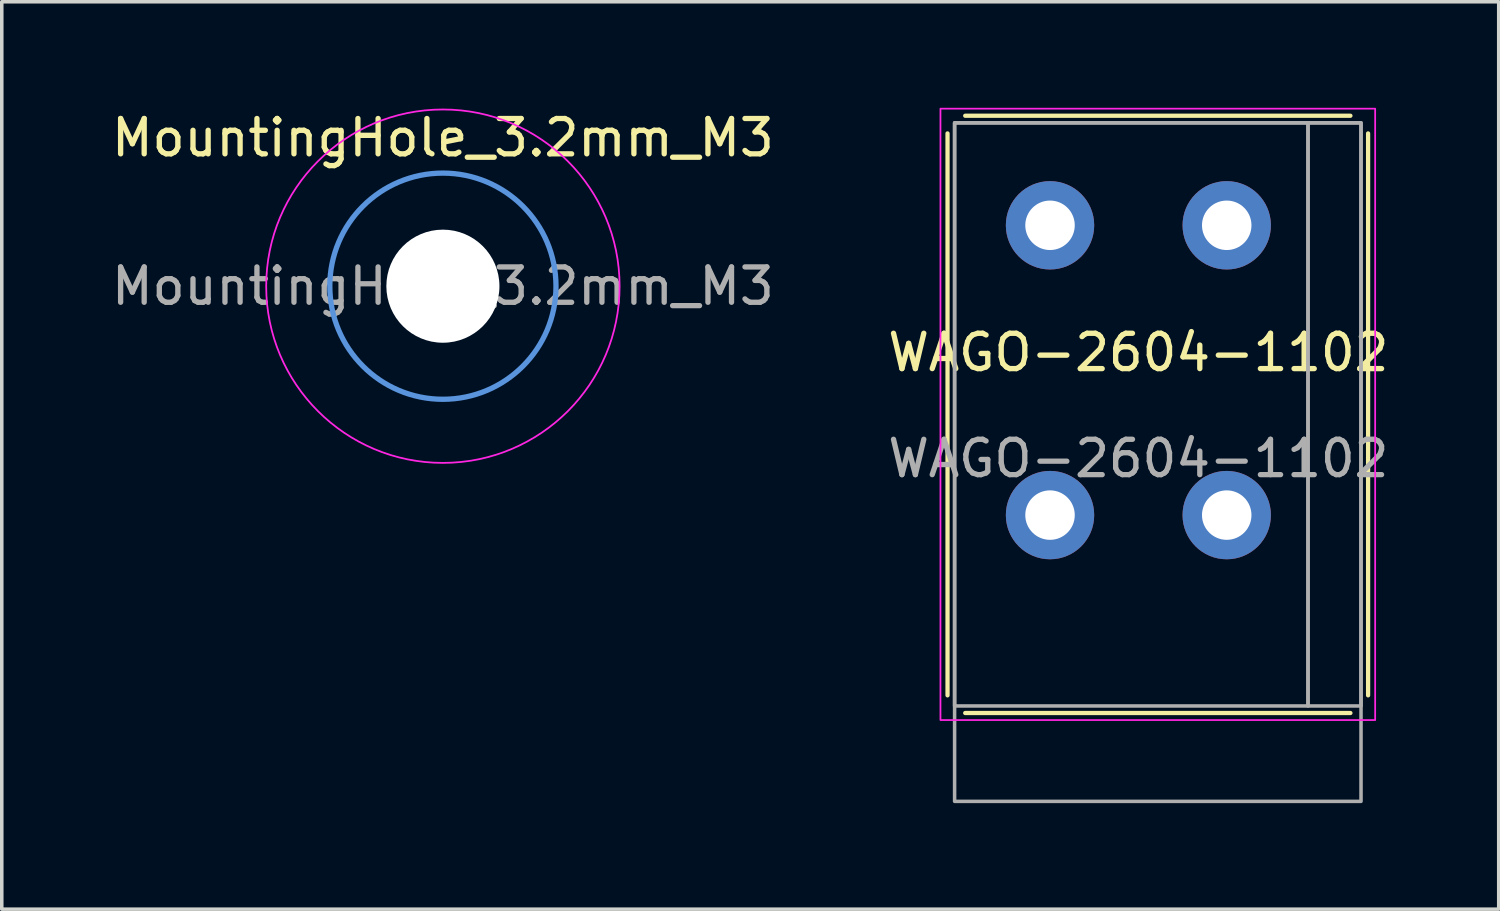
<source format=kicad_pcb>
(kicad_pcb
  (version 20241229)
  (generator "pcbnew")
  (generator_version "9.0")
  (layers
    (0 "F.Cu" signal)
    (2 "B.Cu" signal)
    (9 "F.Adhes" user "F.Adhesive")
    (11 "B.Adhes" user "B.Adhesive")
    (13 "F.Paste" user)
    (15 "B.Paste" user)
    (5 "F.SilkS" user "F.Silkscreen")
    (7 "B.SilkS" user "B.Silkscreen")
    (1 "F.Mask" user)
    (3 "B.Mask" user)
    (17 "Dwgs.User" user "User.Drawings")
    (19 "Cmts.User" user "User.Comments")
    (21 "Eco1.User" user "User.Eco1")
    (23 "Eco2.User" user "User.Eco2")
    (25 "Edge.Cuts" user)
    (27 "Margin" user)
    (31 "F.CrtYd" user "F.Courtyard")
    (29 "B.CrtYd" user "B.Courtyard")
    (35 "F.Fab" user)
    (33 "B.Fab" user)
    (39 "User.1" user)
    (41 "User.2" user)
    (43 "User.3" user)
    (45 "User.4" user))
  (footprint "WAGO-2604-1102"
    (layer "F.Cu")
    (at 29.161 7.425)
    (property "Reference" "WAGO-2604-1102" (at 0 -0.5 0) (unlocked yes) (layer "F.SilkS") (effects (font (size 1 1) (thickness 0.15))))
    (attr smd)
    (fp_line (start -5.4 9.2) (end -5.4 -6.7) (stroke (width 0.12) (type default)) (layer "F.SilkS"))
    (fp_line (start -4.9 -7.2) (end 6 -7.2) (stroke (width 0.12) (type default)) (layer "F.SilkS"))
    (fp_line (start -4.9 9.7) (end 6 9.7) (stroke (width 0.12) (type default)) (layer "F.SilkS"))
    (fp_line (start 6.5 -6.7) (end 6.5 9.2) (stroke (width 0.12) (type default)) (layer "F.SilkS"))
    (fp_rect (start -5.6 -7.4) (end 6.7 9.9) (stroke (width 0.05) (type default)) (fill no) (layer "F.CrtYd"))
    (fp_rect (start -5.2 -7) (end 4.8 9.5) (stroke (width 0.1) (type default)) (fill no) (layer "F.Fab"))
    (fp_rect (start -5.2 -7) (end 6.3 12.2) (stroke (width 0.1) (type default)) (fill no) (layer "F.Fab"))
    (fp_rect (start 4.8 -7) (end 6.3 9.5) (stroke (width 0.1) (type default)) (fill no) (layer "F.Fab"))
    (fp_text user "${REFERENCE}" (at 0 2.5 0) (unlocked yes) (layer "F.Fab") (effects (font (size 1 1) (thickness 0.15))))
    (pad "1" thru_hole circle (at -2.5 -4.1) (size 2.5 2.5) (drill 1.4) (layers "*.Cu" "*.Mask"))
    (pad "1" thru_hole circle (at -2.5 4.1) (size 2.5 2.5) (drill 1.4) (layers "*.Cu" "*.Mask"))
    (pad "2" thru_hole circle (at 2.5 -4.1) (size 2.5 2.5) (drill 1.4) (layers "*.Cu" "*.Mask"))
    (pad "2" thru_hole circle (at 2.5 4.1) (size 2.5 2.5) (drill 1.4) (layers "*.Cu" "*.Mask")))
  (footprint "MountingHole_3.2mm_M3"
    (layer "F.Cu")
    (at 9.482 5.048)
    (property "Reference" "MountingHole_3.2mm_M3" (at 0 -4.2 0) (layer "F.SilkS") (effects (font (size 1 1) (thickness 0.15))))
    (attr exclude_from_pos_files exclude_from_bom)
    (fp_circle (center 0 0) (end 3.2 0) (stroke (width 0.15) (type solid)) (fill no) (layer "Cmts.User"))
    (fp_circle (center 0 0) (end 5 0) (stroke (width 0.05) (type solid)) (fill no) (layer "F.CrtYd"))
    (fp_text user "${REFERENCE}" (at 0 0 0) (layer "F.Fab") (effects (font (size 1 1) (thickness 0.15))))
    (pad "" np_thru_hole circle (at 0 0) (size 3.2 3.2) (drill 3.2) (layers "*.Cu" "*.Mask"))
    (zone (net_name "") (layer "F.Cu") (name "NO CU") (hatch edge 0.5) (connect_pads) (min_thickness 0.25) (filled_areas_thickness no) (keepout (tracks not_allowed) (vias not_allowed) (pads not_allowed) (copperpour not_allowed) (footprints allowed)) (placement (enabled no)) (fill) (polygon (pts (xy 14.482 5.048) (xy 14.462 4.6) (xy 14.402 4.155) (xy 14.302 3.718) (xy 14.163 3.291) (xy 13.987 2.879) (xy 13.774 2.484) (xy 13.527 2.109) (xy 13.248 1.759) (xy 12.937 1.434) (xy 12.6 1.139) (xy 12.237 0.875) (xy 11.851 0.645) (xy 11.447 0.451) (xy 11.027 0.293) (xy 10.595 0.174) (xy 10.153 0.094) (xy 9.706 0.053) (xy 9.258 0.053) (xy 8.811 0.094) (xy 8.37 0.174) (xy 7.937 0.293) (xy 7.517 0.451) (xy 7.113 0.645) (xy 6.728 0.875) (xy 6.365 1.139) (xy 6.027 1.434) (xy 5.717 1.759) (xy 5.437 2.109) (xy 5.19 2.484) (xy 4.977 2.879) (xy 4.801 3.291) (xy 4.662 3.718) (xy 4.562 4.155) (xy 4.502 4.6) (xy 4.482 5.048) (xy 4.502 5.496) (xy 4.562 5.941) (xy 4.662 6.378) (xy 4.801 6.805) (xy 4.977 7.218) (xy 5.19 7.613) (xy 5.437 7.987) (xy 5.717 8.338) (xy 6.027 8.662) (xy 6.365 8.957) (xy 6.728 9.221) (xy 7.113 9.451) (xy 7.517 9.646) (xy 7.937 9.804) (xy 8.37 9.923) (xy 8.811 10.003) (xy 9.258 10.043) (xy 9.706 10.043) (xy 10.153 10.003) (xy 10.595 9.923) (xy 11.027 9.804) (xy 11.447 9.646) (xy 11.851 9.451) (xy 12.237 9.221) (xy 12.6 8.957) (xy 12.937 8.662) (xy 13.248 8.338) (xy 13.527 7.987) (xy 13.774 7.613) (xy 13.987 7.218) (xy 14.163 6.805) (xy 14.302 6.378) (xy 14.402 5.941) (xy 14.462 5.496))))
    (zone (net_name "") (layer "In1.Cu") (name "no-gnd") (hatch edge 0.5) (connect_pads) (min_thickness 0.25) (filled_areas_thickness no) (keepout (tracks not_allowed) (vias not_allowed) (pads not_allowed) (copperpour not_allowed) (footprints not_allowed)) (placement (enabled no)) (fill) (polygon (pts (xy 12.926 5.048) (xy 12.906 4.676) (xy 12.845 4.308) (xy 12.746 3.949) (xy 12.608 3.602) (xy 12.433 3.273) (xy 12.224 2.964) (xy 11.982 2.68) (xy 11.712 2.423) (xy 11.415 2.198) (xy 11.095 2.006) (xy 10.757 1.849) (xy 10.403 1.73) (xy 10.039 1.65) (xy 9.669 1.609) (xy 9.296 1.609) (xy 8.925 1.65) (xy 8.561 1.73) (xy 8.207 1.849) (xy 7.869 2.006) (xy 7.55 2.198) (xy 7.253 2.423) (xy 6.982 2.68) (xy 6.741 2.964) (xy 6.531 3.273) (xy 6.357 3.602) (xy 6.219 3.949) (xy 6.119 4.308) (xy 6.058 4.676) (xy 6.038 5.048) (xy 6.058 5.421) (xy 6.119 5.789) (xy 6.219 6.148) (xy 6.357 6.494) (xy 6.531 6.824) (xy 6.741 7.132) (xy 6.982 7.417) (xy 7.253 7.673) (xy 7.55 7.899) (xy 7.869 8.091) (xy 8.207 8.247) (xy 8.561 8.367) (xy 8.925 8.447) (xy 9.296 8.487) (xy 9.669 8.487) (xy 10.039 8.447) (xy 10.403 8.367) (xy 10.757 8.247) (xy 11.095 8.091) (xy 11.415 7.899) (xy 11.712 7.673) (xy 11.982 7.417) (xy 12.224 7.132) (xy 12.433 6.824) (xy 12.608 6.494) (xy 12.746 6.148) (xy 12.845 5.789) (xy 12.906 5.421)))))
  (gr_rect
    (start -3 -3)
    (end 39.357 22.675)
    (stroke (width 0.1) (type default))
    (fill no)
    (layer "Edge.Cuts")))
</source>
